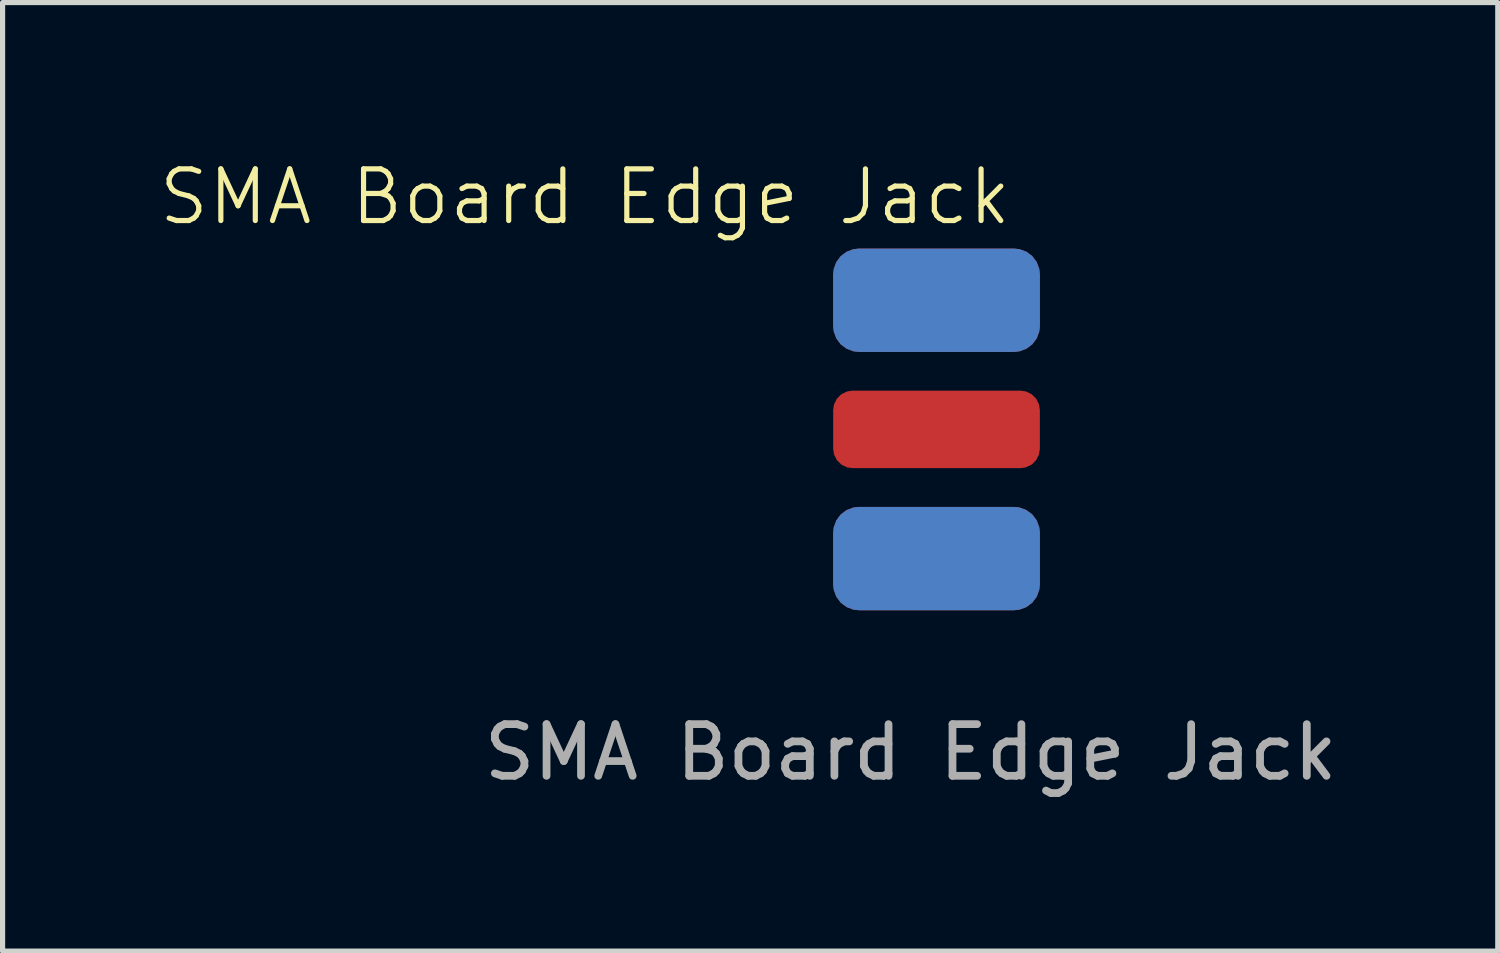
<source format=kicad_pcb>
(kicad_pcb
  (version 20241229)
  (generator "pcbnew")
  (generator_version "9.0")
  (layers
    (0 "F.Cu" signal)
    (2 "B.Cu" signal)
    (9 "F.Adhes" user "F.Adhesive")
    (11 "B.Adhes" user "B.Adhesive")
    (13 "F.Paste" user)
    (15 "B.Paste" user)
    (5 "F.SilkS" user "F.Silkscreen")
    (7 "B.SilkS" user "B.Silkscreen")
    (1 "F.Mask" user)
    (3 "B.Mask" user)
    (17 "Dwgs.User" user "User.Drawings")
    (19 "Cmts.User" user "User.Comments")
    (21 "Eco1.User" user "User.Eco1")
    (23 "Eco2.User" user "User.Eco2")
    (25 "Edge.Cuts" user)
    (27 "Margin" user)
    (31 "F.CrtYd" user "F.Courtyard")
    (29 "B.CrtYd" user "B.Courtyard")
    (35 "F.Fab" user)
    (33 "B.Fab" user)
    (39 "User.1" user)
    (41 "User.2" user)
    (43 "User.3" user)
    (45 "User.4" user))
  (footprint "SMA Board Edge Jack"
    (layer "F.Cu")
    (at 15.076 5.261)
    (property "Reference" "SMA Board Edge Jack" (at 1.5 -4.5 0) (unlocked yes) (layer "F.SilkS") (effects (font (size 1 1) (thickness 0.1)) (justify right)))
    (attr smd)
    (fp_text user "${REFERENCE}" (at -0.5 6.25 0) (unlocked yes) (layer "F.Fab") (effects (font (size 1 1) (thickness 0.15))))
    (pad "1" smd roundrect (at 0 0) (size 4 1.5) (layers "F.Cu" "F.Mask" "F.Paste") (roundrect_rratio 0.25))
    (pad "2" smd roundrect (at 0 -2.5) (size 4 2) (layers "F.Cu" "F.Mask" "F.Paste") (roundrect_rratio 0.25))
    (pad "2" smd roundrect (at 0 -2.5) (size 4 2) (layers "B.Cu" "B.Mask" "B.Paste") (roundrect_rratio 0.25))
    (pad "2" smd roundrect (at 0 2.5) (size 4 2) (layers "F.Cu" "F.Mask" "F.Paste") (roundrect_rratio 0.25))
    (pad "2" smd roundrect (at 0 2.5) (size 4 2) (layers "B.Cu" "B.Mask" "B.Paste") (roundrect_rratio 0.25)))
  (gr_rect
    (start -3 -3)
    (end 25.939 15.359)
    (stroke (width 0.1) (type default))
    (fill no)
    (layer "Edge.Cuts")))
</source>
